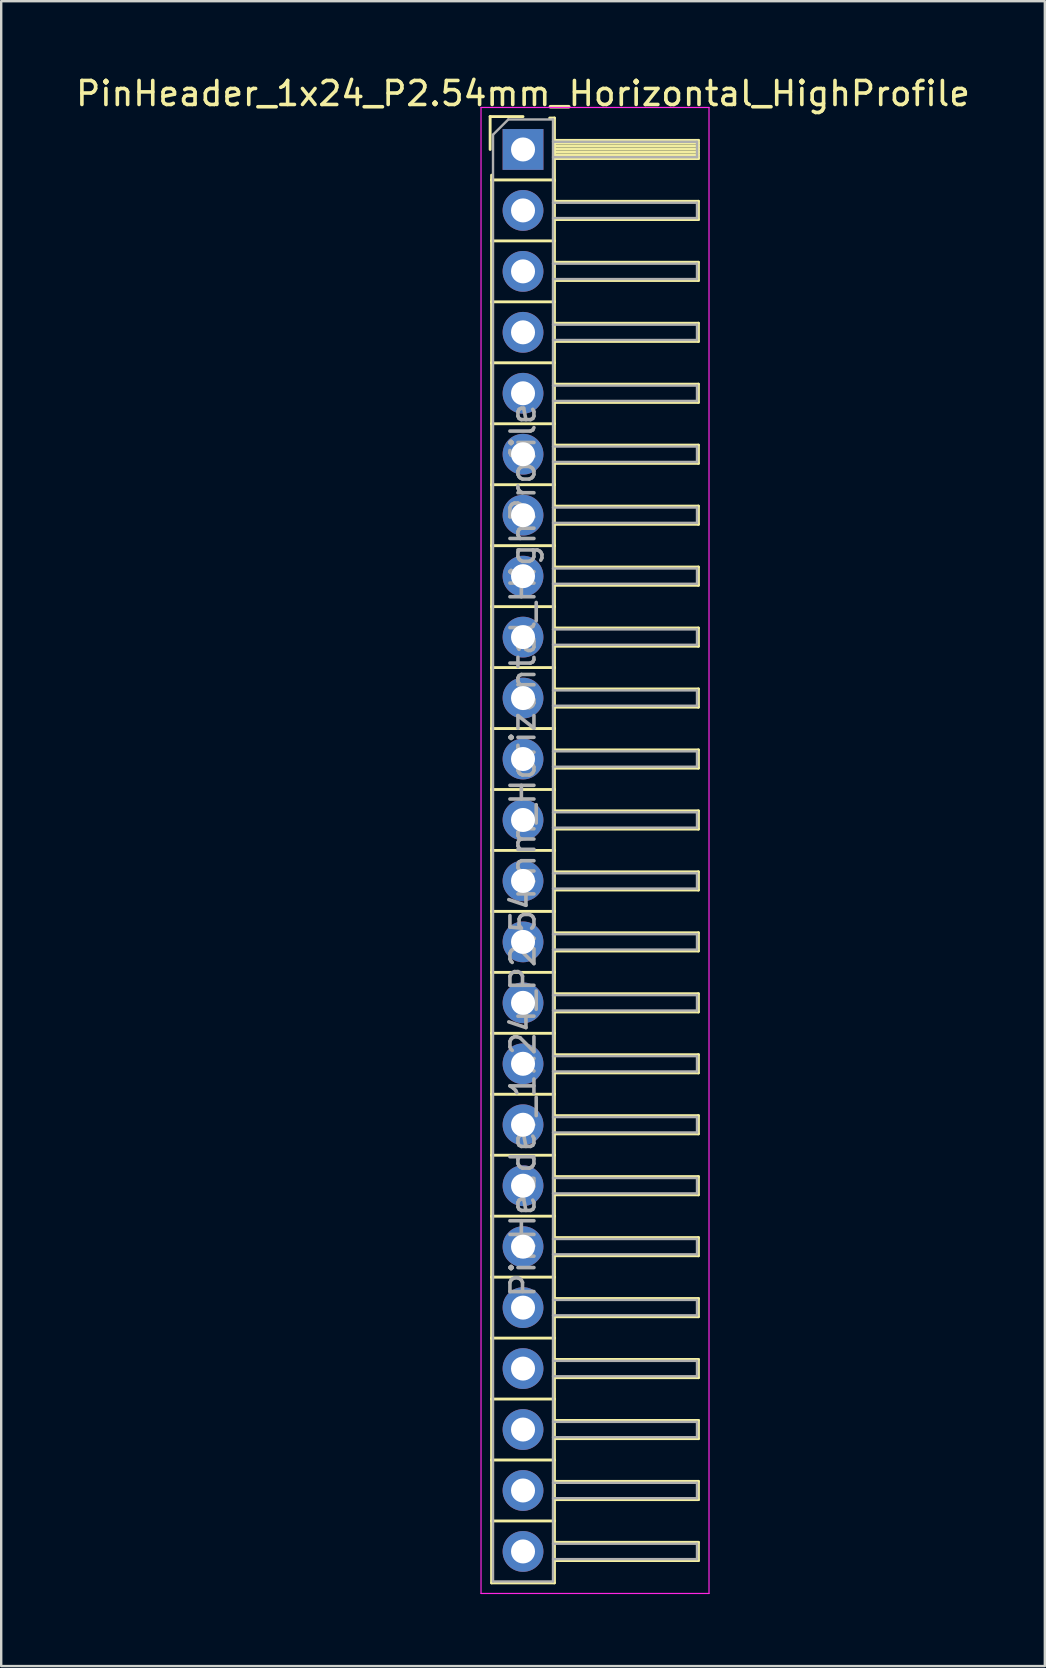
<source format=kicad_pcb>
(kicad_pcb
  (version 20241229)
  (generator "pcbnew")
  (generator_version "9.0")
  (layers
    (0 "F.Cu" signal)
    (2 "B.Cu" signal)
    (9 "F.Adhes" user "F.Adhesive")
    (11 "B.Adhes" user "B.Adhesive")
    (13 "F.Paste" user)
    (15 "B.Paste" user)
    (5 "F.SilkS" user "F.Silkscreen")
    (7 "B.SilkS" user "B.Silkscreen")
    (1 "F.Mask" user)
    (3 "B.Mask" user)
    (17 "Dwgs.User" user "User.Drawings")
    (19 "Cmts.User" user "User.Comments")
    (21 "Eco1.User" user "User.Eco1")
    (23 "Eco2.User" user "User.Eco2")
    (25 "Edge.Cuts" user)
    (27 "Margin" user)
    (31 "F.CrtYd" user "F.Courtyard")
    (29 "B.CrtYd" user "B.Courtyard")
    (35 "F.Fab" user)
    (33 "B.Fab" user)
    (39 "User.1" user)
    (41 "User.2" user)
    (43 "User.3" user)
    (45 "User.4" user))
  (footprint "PinHeader_1x24_P2.54mm_Horizontal_HighProfile"
    (layer "F.Cu")
    (at 18.744 3.178)
    (property "Reference" "PinHeader_1x24_P2.54mm_Horizontal_HighProfile" (at 0 -2.33 0) (layer "F.SilkS") (effects (font (size 1 1) (thickness 0.15))))
    (attr through_hole)
    (fp_line (start -1.37 -1.37) (end -1.37 0) (stroke (width 0.12) (type solid)) (layer "F.SilkS"))
    (fp_line (start -1.37 -1.37) (end 0 -1.37) (stroke (width 0.12) (type solid)) (layer "F.SilkS"))
    (fp_line (start -1.31 1.27) (end -1.31 1.07) (stroke (width 0.12) (type solid)) (layer "F.SilkS"))
    (fp_line (start -1.31 1.27) (end -1.31 3.81) (stroke (width 0.12) (type solid)) (layer "F.SilkS"))
    (fp_line (start -1.31 1.27) (end 1.31 1.27) (stroke (width 0.12) (type solid)) (layer "F.SilkS"))
    (fp_line (start -1.31 3.81) (end -1.31 6.35) (stroke (width 0.12) (type solid)) (layer "F.SilkS"))
    (fp_line (start -1.31 3.81) (end 1.31 3.81) (stroke (width 0.12) (type solid)) (layer "F.SilkS"))
    (fp_line (start -1.31 6.35) (end -1.31 8.89) (stroke (width 0.12) (type solid)) (layer "F.SilkS"))
    (fp_line (start -1.31 6.35) (end 1.31 6.35) (stroke (width 0.12) (type solid)) (layer "F.SilkS"))
    (fp_line (start -1.31 8.89) (end -1.31 11.43) (stroke (width 0.12) (type solid)) (layer "F.SilkS"))
    (fp_line (start -1.31 8.89) (end 1.31 8.89) (stroke (width 0.12) (type solid)) (layer "F.SilkS"))
    (fp_line (start -1.31 11.43) (end -1.31 13.97) (stroke (width 0.12) (type solid)) (layer "F.SilkS"))
    (fp_line (start -1.31 11.43) (end 1.31 11.43) (stroke (width 0.12) (type solid)) (layer "F.SilkS"))
    (fp_line (start -1.31 13.97) (end -1.31 16.51) (stroke (width 0.12) (type solid)) (layer "F.SilkS"))
    (fp_line (start -1.31 13.97) (end 1.31 13.97) (stroke (width 0.12) (type solid)) (layer "F.SilkS"))
    (fp_line (start -1.31 16.51) (end -1.31 19.05) (stroke (width 0.12) (type solid)) (layer "F.SilkS"))
    (fp_line (start -1.31 16.51) (end 1.31 16.51) (stroke (width 0.12) (type solid)) (layer "F.SilkS"))
    (fp_line (start -1.31 19.05) (end -1.31 21.59) (stroke (width 0.12) (type solid)) (layer "F.SilkS"))
    (fp_line (start -1.31 19.05) (end 1.31 19.05) (stroke (width 0.12) (type solid)) (layer "F.SilkS"))
    (fp_line (start -1.31 21.59) (end -1.31 24.13) (stroke (width 0.12) (type solid)) (layer "F.SilkS"))
    (fp_line (start -1.31 21.59) (end 1.31 21.59) (stroke (width 0.12) (type solid)) (layer "F.SilkS"))
    (fp_line (start -1.31 24.13) (end -1.31 26.67) (stroke (width 0.12) (type solid)) (layer "F.SilkS"))
    (fp_line (start -1.31 24.13) (end 1.31 24.13) (stroke (width 0.12) (type solid)) (layer "F.SilkS"))
    (fp_line (start -1.31 26.67) (end -1.31 29.21) (stroke (width 0.12) (type solid)) (layer "F.SilkS"))
    (fp_line (start -1.31 26.67) (end 1.31 26.67) (stroke (width 0.12) (type solid)) (layer "F.SilkS"))
    (fp_line (start -1.31 29.21) (end -1.31 31.75) (stroke (width 0.12) (type solid)) (layer "F.SilkS"))
    (fp_line (start -1.31 29.21) (end 1.31 29.21) (stroke (width 0.12) (type solid)) (layer "F.SilkS"))
    (fp_line (start -1.31 31.75) (end -1.31 34.29) (stroke (width 0.12) (type solid)) (layer "F.SilkS"))
    (fp_line (start -1.31 31.75) (end 1.31 31.75) (stroke (width 0.12) (type solid)) (layer "F.SilkS"))
    (fp_line (start -1.31 34.29) (end -1.31 36.83) (stroke (width 0.12) (type solid)) (layer "F.SilkS"))
    (fp_line (start -1.31 34.29) (end 1.31 34.29) (stroke (width 0.12) (type solid)) (layer "F.SilkS"))
    (fp_line (start -1.31 36.83) (end -1.31 39.37) (stroke (width 0.12) (type solid)) (layer "F.SilkS"))
    (fp_line (start -1.31 36.83) (end 1.31 36.83) (stroke (width 0.12) (type solid)) (layer "F.SilkS"))
    (fp_line (start -1.31 39.37) (end -1.31 41.91) (stroke (width 0.12) (type solid)) (layer "F.SilkS"))
    (fp_line (start -1.31 39.37) (end 1.31 39.37) (stroke (width 0.12) (type solid)) (layer "F.SilkS"))
    (fp_line (start -1.31 41.91) (end -1.31 44.45) (stroke (width 0.12) (type solid)) (layer "F.SilkS"))
    (fp_line (start -1.31 41.91) (end 1.31 41.91) (stroke (width 0.12) (type solid)) (layer "F.SilkS"))
    (fp_line (start -1.31 44.45) (end -1.31 46.99) (stroke (width 0.12) (type solid)) (layer "F.SilkS"))
    (fp_line (start -1.31 44.45) (end 1.31 44.45) (stroke (width 0.12) (type solid)) (layer "F.SilkS"))
    (fp_line (start -1.31 46.99) (end -1.31 49.53) (stroke (width 0.12) (type solid)) (layer "F.SilkS"))
    (fp_line (start -1.31 46.99) (end 1.31 46.99) (stroke (width 0.12) (type solid)) (layer "F.SilkS"))
    (fp_line (start -1.31 49.53) (end -1.31 52.07) (stroke (width 0.12) (type solid)) (layer "F.SilkS"))
    (fp_line (start -1.31 49.53) (end 1.31 49.53) (stroke (width 0.12) (type solid)) (layer "F.SilkS"))
    (fp_line (start -1.31 52.07) (end -1.31 54.61) (stroke (width 0.12) (type solid)) (layer "F.SilkS"))
    (fp_line (start -1.31 52.07) (end 1.31 52.07) (stroke (width 0.12) (type solid)) (layer "F.SilkS"))
    (fp_line (start -1.31 54.61) (end -1.31 57.15) (stroke (width 0.12) (type solid)) (layer "F.SilkS"))
    (fp_line (start -1.31 54.61) (end 1.31 54.61) (stroke (width 0.12) (type solid)) (layer "F.SilkS"))
    (fp_line (start -1.31 57.15) (end -1.31 59.73) (stroke (width 0.12) (type solid)) (layer "F.SilkS"))
    (fp_line (start -1.31 57.15) (end 1.31 57.15) (stroke (width 0.12) (type solid)) (layer "F.SilkS"))
    (fp_line (start -1.31 59.73) (end 1.31 59.73) (stroke (width 0.12) (type solid)) (layer "F.SilkS"))
    (fp_line (start 1.11 -1.31) (end 1.31 -1.31) (stroke (width 0.12) (type solid)) (layer "F.SilkS"))
    (fp_line (start 1.31 -1.31) (end 1.31 1.31) (stroke (width 0.12) (type solid)) (layer "F.SilkS"))
    (fp_line (start 1.31 -0.38) (end 7.31 -0.38) (stroke (width 0.12) (type solid)) (layer "F.SilkS"))
    (fp_line (start 1.31 -0.26) (end 7.31 -0.26) (stroke (width 0.12) (type solid)) (layer "F.SilkS"))
    (fp_line (start 1.31 -0.14) (end 7.31 -0.14) (stroke (width 0.12) (type solid)) (layer "F.SilkS"))
    (fp_line (start 1.31 -0.02) (end 7.31 -0.02) (stroke (width 0.12) (type solid)) (layer "F.SilkS"))
    (fp_line (start 1.31 0.1) (end 7.31 0.1) (stroke (width 0.12) (type solid)) (layer "F.SilkS"))
    (fp_line (start 1.31 0.22) (end 7.31 0.22) (stroke (width 0.12) (type solid)) (layer "F.SilkS"))
    (fp_line (start 1.31 0.34) (end 7.31 0.34) (stroke (width 0.12) (type solid)) (layer "F.SilkS"))
    (fp_line (start 1.31 0.38) (end 7.31 0.38) (stroke (width 0.12) (type solid)) (layer "F.SilkS"))
    (fp_line (start 1.31 1.27) (end 1.31 3.81) (stroke (width 0.12) (type solid)) (layer "F.SilkS"))
    (fp_line (start 1.31 2.16) (end 7.31 2.16) (stroke (width 0.12) (type solid)) (layer "F.SilkS"))
    (fp_line (start 1.31 2.92) (end 7.31 2.92) (stroke (width 0.12) (type solid)) (layer "F.SilkS"))
    (fp_line (start 1.31 3.81) (end 1.31 6.35) (stroke (width 0.12) (type solid)) (layer "F.SilkS"))
    (fp_line (start 1.31 4.7) (end 7.31 4.7) (stroke (width 0.12) (type solid)) (layer "F.SilkS"))
    (fp_line (start 1.31 5.46) (end 7.31 5.46) (stroke (width 0.12) (type solid)) (layer "F.SilkS"))
    (fp_line (start 1.31 6.35) (end 1.31 8.89) (stroke (width 0.12) (type solid)) (layer "F.SilkS"))
    (fp_line (start 1.31 7.24) (end 7.31 7.24) (stroke (width 0.12) (type solid)) (layer "F.SilkS"))
    (fp_line (start 1.31 8) (end 7.31 8) (stroke (width 0.12) (type solid)) (layer "F.SilkS"))
    (fp_line (start 1.31 8.89) (end 1.31 11.43) (stroke (width 0.12) (type solid)) (layer "F.SilkS"))
    (fp_line (start 1.31 9.78) (end 7.31 9.78) (stroke (width 0.12) (type solid)) (layer "F.SilkS"))
    (fp_line (start 1.31 10.54) (end 7.31 10.54) (stroke (width 0.12) (type solid)) (layer "F.SilkS"))
    (fp_line (start 1.31 11.43) (end 1.31 13.97) (stroke (width 0.12) (type solid)) (layer "F.SilkS"))
    (fp_line (start 1.31 12.32) (end 7.31 12.32) (stroke (width 0.12) (type solid)) (layer "F.SilkS"))
    (fp_line (start 1.31 13.08) (end 7.31 13.08) (stroke (width 0.12) (type solid)) (layer "F.SilkS"))
    (fp_line (start 1.31 13.97) (end 1.31 16.51) (stroke (width 0.12) (type solid)) (layer "F.SilkS"))
    (fp_line (start 1.31 14.86) (end 7.31 14.86) (stroke (width 0.12) (type solid)) (layer "F.SilkS"))
    (fp_line (start 1.31 15.62) (end 7.31 15.62) (stroke (width 0.12) (type solid)) (layer "F.SilkS"))
    (fp_line (start 1.31 16.51) (end 1.31 19.05) (stroke (width 0.12) (type solid)) (layer "F.SilkS"))
    (fp_line (start 1.31 17.4) (end 7.31 17.4) (stroke (width 0.12) (type solid)) (layer "F.SilkS"))
    (fp_line (start 1.31 18.16) (end 7.31 18.16) (stroke (width 0.12) (type solid)) (layer "F.SilkS"))
    (fp_line (start 1.31 19.05) (end 1.31 21.59) (stroke (width 0.12) (type solid)) (layer "F.SilkS"))
    (fp_line (start 1.31 19.94) (end 7.31 19.94) (stroke (width 0.12) (type solid)) (layer "F.SilkS"))
    (fp_line (start 1.31 20.7) (end 7.31 20.7) (stroke (width 0.12) (type solid)) (layer "F.SilkS"))
    (fp_line (start 1.31 21.59) (end 1.31 24.13) (stroke (width 0.12) (type solid)) (layer "F.SilkS"))
    (fp_line (start 1.31 22.48) (end 7.31 22.48) (stroke (width 0.12) (type solid)) (layer "F.SilkS"))
    (fp_line (start 1.31 23.24) (end 7.31 23.24) (stroke (width 0.12) (type solid)) (layer "F.SilkS"))
    (fp_line (start 1.31 24.13) (end 1.31 26.67) (stroke (width 0.12) (type solid)) (layer "F.SilkS"))
    (fp_line (start 1.31 25.02) (end 7.31 25.02) (stroke (width 0.12) (type solid)) (layer "F.SilkS"))
    (fp_line (start 1.31 25.78) (end 7.31 25.78) (stroke (width 0.12) (type solid)) (layer "F.SilkS"))
    (fp_line (start 1.31 26.67) (end 1.31 29.21) (stroke (width 0.12) (type solid)) (layer "F.SilkS"))
    (fp_line (start 1.31 27.56) (end 7.31 27.56) (stroke (width 0.12) (type solid)) (layer "F.SilkS"))
    (fp_line (start 1.31 28.32) (end 7.31 28.32) (stroke (width 0.12) (type solid)) (layer "F.SilkS"))
    (fp_line (start 1.31 29.21) (end 1.31 31.75) (stroke (width 0.12) (type solid)) (layer "F.SilkS"))
    (fp_line (start 1.31 30.1) (end 7.31 30.1) (stroke (width 0.12) (type solid)) (layer "F.SilkS"))
    (fp_line (start 1.31 30.86) (end 7.31 30.86) (stroke (width 0.12) (type solid)) (layer "F.SilkS"))
    (fp_line (start 1.31 31.75) (end 1.31 34.29) (stroke (width 0.12) (type solid)) (layer "F.SilkS"))
    (fp_line (start 1.31 32.64) (end 7.31 32.64) (stroke (width 0.12) (type solid)) (layer "F.SilkS"))
    (fp_line (start 1.31 33.4) (end 7.31 33.4) (stroke (width 0.12) (type solid)) (layer "F.SilkS"))
    (fp_line (start 1.31 34.29) (end 1.31 36.83) (stroke (width 0.12) (type solid)) (layer "F.SilkS"))
    (fp_line (start 1.31 35.18) (end 7.31 35.18) (stroke (width 0.12) (type solid)) (layer "F.SilkS"))
    (fp_line (start 1.31 35.94) (end 7.31 35.94) (stroke (width 0.12) (type solid)) (layer "F.SilkS"))
    (fp_line (start 1.31 36.83) (end 1.31 39.37) (stroke (width 0.12) (type solid)) (layer "F.SilkS"))
    (fp_line (start 1.31 37.72) (end 7.31 37.72) (stroke (width 0.12) (type solid)) (layer "F.SilkS"))
    (fp_line (start 1.31 38.48) (end 7.31 38.48) (stroke (width 0.12) (type solid)) (layer "F.SilkS"))
    (fp_line (start 1.31 39.37) (end 1.31 41.91) (stroke (width 0.12) (type solid)) (layer "F.SilkS"))
    (fp_line (start 1.31 40.26) (end 7.31 40.26) (stroke (width 0.12) (type solid)) (layer "F.SilkS"))
    (fp_line (start 1.31 41.02) (end 7.31 41.02) (stroke (width 0.12) (type solid)) (layer "F.SilkS"))
    (fp_line (start 1.31 41.91) (end 1.31 44.45) (stroke (width 0.12) (type solid)) (layer "F.SilkS"))
    (fp_line (start 1.31 42.8) (end 7.31 42.8) (stroke (width 0.12) (type solid)) (layer "F.SilkS"))
    (fp_line (start 1.31 43.56) (end 7.31 43.56) (stroke (width 0.12) (type solid)) (layer "F.SilkS"))
    (fp_line (start 1.31 44.45) (end 1.31 46.99) (stroke (width 0.12) (type solid)) (layer "F.SilkS"))
    (fp_line (start 1.31 45.34) (end 7.31 45.34) (stroke (width 0.12) (type solid)) (layer "F.SilkS"))
    (fp_line (start 1.31 46.1) (end 7.31 46.1) (stroke (width 0.12) (type solid)) (layer "F.SilkS"))
    (fp_line (start 1.31 46.99) (end 1.31 49.53) (stroke (width 0.12) (type solid)) (layer "F.SilkS"))
    (fp_line (start 1.31 47.88) (end 7.31 47.88) (stroke (width 0.12) (type solid)) (layer "F.SilkS"))
    (fp_line (start 1.31 48.64) (end 7.31 48.64) (stroke (width 0.12) (type solid)) (layer "F.SilkS"))
    (fp_line (start 1.31 49.53) (end 1.31 52.07) (stroke (width 0.12) (type solid)) (layer "F.SilkS"))
    (fp_line (start 1.31 50.42) (end 7.31 50.42) (stroke (width 0.12) (type solid)) (layer "F.SilkS"))
    (fp_line (start 1.31 51.18) (end 7.31 51.18) (stroke (width 0.12) (type solid)) (layer "F.SilkS"))
    (fp_line (start 1.31 52.07) (end 1.31 54.61) (stroke (width 0.12) (type solid)) (layer "F.SilkS"))
    (fp_line (start 1.31 52.96) (end 7.31 52.96) (stroke (width 0.12) (type solid)) (layer "F.SilkS"))
    (fp_line (start 1.31 53.72) (end 7.31 53.72) (stroke (width 0.12) (type solid)) (layer "F.SilkS"))
    (fp_line (start 1.31 54.61) (end 1.31 57.15) (stroke (width 0.12) (type solid)) (layer "F.SilkS"))
    (fp_line (start 1.31 55.5) (end 7.31 55.5) (stroke (width 0.12) (type solid)) (layer "F.SilkS"))
    (fp_line (start 1.31 56.26) (end 7.31 56.26) (stroke (width 0.12) (type solid)) (layer "F.SilkS"))
    (fp_line (start 1.31 57.15) (end 1.31 59.73) (stroke (width 0.12) (type solid)) (layer "F.SilkS"))
    (fp_line (start 1.31 58.04) (end 7.31 58.04) (stroke (width 0.12) (type solid)) (layer "F.SilkS"))
    (fp_line (start 1.31 58.8) (end 7.31 58.8) (stroke (width 0.12) (type solid)) (layer "F.SilkS"))
    (fp_line (start 7.31 -0.38) (end 7.31 0.38) (stroke (width 0.12) (type solid)) (layer "F.SilkS"))
    (fp_line (start 7.31 2.16) (end 7.31 2.92) (stroke (width 0.12) (type solid)) (layer "F.SilkS"))
    (fp_line (start 7.31 4.7) (end 7.31 5.46) (stroke (width 0.12) (type solid)) (layer "F.SilkS"))
    (fp_line (start 7.31 7.24) (end 7.31 8) (stroke (width 0.12) (type solid)) (layer "F.SilkS"))
    (fp_line (start 7.31 9.78) (end 7.31 10.54) (stroke (width 0.12) (type solid)) (layer "F.SilkS"))
    (fp_line (start 7.31 12.32) (end 7.31 13.08) (stroke (width 0.12) (type solid)) (layer "F.SilkS"))
    (fp_line (start 7.31 14.86) (end 7.31 15.62) (stroke (width 0.12) (type solid)) (layer "F.SilkS"))
    (fp_line (start 7.31 17.4) (end 7.31 18.16) (stroke (width 0.12) (type solid)) (layer "F.SilkS"))
    (fp_line (start 7.31 19.94) (end 7.31 20.7) (stroke (width 0.12) (type solid)) (layer "F.SilkS"))
    (fp_line (start 7.31 22.48) (end 7.31 23.24) (stroke (width 0.12) (type solid)) (layer "F.SilkS"))
    (fp_line (start 7.31 25.02) (end 7.31 25.78) (stroke (width 0.12) (type solid)) (layer "F.SilkS"))
    (fp_line (start 7.31 27.56) (end 7.31 28.32) (stroke (width 0.12) (type solid)) (layer "F.SilkS"))
    (fp_line (start 7.31 30.1) (end 7.31 30.86) (stroke (width 0.12) (type solid)) (layer "F.SilkS"))
    (fp_line (start 7.31 32.64) (end 7.31 33.4) (stroke (width 0.12) (type solid)) (layer "F.SilkS"))
    (fp_line (start 7.31 35.18) (end 7.31 35.94) (stroke (width 0.12) (type solid)) (layer "F.SilkS"))
    (fp_line (start 7.31 37.72) (end 7.31 38.48) (stroke (width 0.12) (type solid)) (layer "F.SilkS"))
    (fp_line (start 7.31 40.26) (end 7.31 41.02) (stroke (width 0.12) (type solid)) (layer "F.SilkS"))
    (fp_line (start 7.31 42.8) (end 7.31 43.56) (stroke (width 0.12) (type solid)) (layer "F.SilkS"))
    (fp_line (start 7.31 45.34) (end 7.31 46.1) (stroke (width 0.12) (type solid)) (layer "F.SilkS"))
    (fp_line (start 7.31 47.88) (end 7.31 48.64) (stroke (width 0.12) (type solid)) (layer "F.SilkS"))
    (fp_line (start 7.31 50.42) (end 7.31 51.18) (stroke (width 0.12) (type solid)) (layer "F.SilkS"))
    (fp_line (start 7.31 52.96) (end 7.31 53.72) (stroke (width 0.12) (type solid)) (layer "F.SilkS"))
    (fp_line (start 7.31 55.5) (end 7.31 56.26) (stroke (width 0.12) (type solid)) (layer "F.SilkS"))
    (fp_line (start 7.31 58.04) (end 7.31 58.8) (stroke (width 0.12) (type solid)) (layer "F.SilkS"))
    (fp_line (start -1.75 -1.75) (end -1.75 60.17) (stroke (width 0.05) (type solid)) (layer "F.CrtYd"))
    (fp_line (start -1.75 -1.75) (end 7.75 -1.75) (stroke (width 0.05) (type solid)) (layer "F.CrtYd"))
    (fp_line (start -1.75 60.17) (end 7.75 60.17) (stroke (width 0.05) (type solid)) (layer "F.CrtYd"))
    (fp_line (start 7.75 -1.75) (end 7.75 60.17) (stroke (width 0.05) (type solid)) (layer "F.CrtYd"))
    (fp_line (start -1.25 -0.615) (end -1.25 59.67) (stroke (width 0.1) (type solid)) (layer "F.Fab"))
    (fp_line (start -1.25 -0.615) (end -0.615 -1.25) (stroke (width 0.1) (type solid)) (layer "F.Fab"))
    (fp_line (start -1.25 59.67) (end 1.25 59.67) (stroke (width 0.1) (type solid)) (layer "F.Fab"))
    (fp_line (start -0.615 -1.25) (end 1.25 -1.25) (stroke (width 0.1) (type solid)) (layer "F.Fab"))
    (fp_line (start 1.25 -1.25) (end 1.25 59.67) (stroke (width 0.1) (type solid)) (layer "F.Fab"))
    (fp_line (start 1.25 -0.32) (end 7.25 -0.32) (stroke (width 0.1) (type solid)) (layer "F.Fab"))
    (fp_line (start 1.25 0.32) (end 7.25 0.32) (stroke (width 0.1) (type solid)) (layer "F.Fab"))
    (fp_line (start 1.25 2.22) (end 7.25 2.22) (stroke (width 0.1) (type solid)) (layer "F.Fab"))
    (fp_line (start 1.25 2.86) (end 7.25 2.86) (stroke (width 0.1) (type solid)) (layer "F.Fab"))
    (fp_line (start 1.25 4.76) (end 7.25 4.76) (stroke (width 0.1) (type solid)) (layer "F.Fab"))
    (fp_line (start 1.25 5.4) (end 7.25 5.4) (stroke (width 0.1) (type solid)) (layer "F.Fab"))
    (fp_line (start 1.25 7.3) (end 7.25 7.3) (stroke (width 0.1) (type solid)) (layer "F.Fab"))
    (fp_line (start 1.25 7.94) (end 7.25 7.94) (stroke (width 0.1) (type solid)) (layer "F.Fab"))
    (fp_line (start 1.25 9.84) (end 7.25 9.84) (stroke (width 0.1) (type solid)) (layer "F.Fab"))
    (fp_line (start 1.25 10.48) (end 7.25 10.48) (stroke (width 0.1) (type solid)) (layer "F.Fab"))
    (fp_line (start 1.25 12.38) (end 7.25 12.38) (stroke (width 0.1) (type solid)) (layer "F.Fab"))
    (fp_line (start 1.25 13.02) (end 7.25 13.02) (stroke (width 0.1) (type solid)) (layer "F.Fab"))
    (fp_line (start 1.25 14.92) (end 7.25 14.92) (stroke (width 0.1) (type solid)) (layer "F.Fab"))
    (fp_line (start 1.25 15.56) (end 7.25 15.56) (stroke (width 0.1) (type solid)) (layer "F.Fab"))
    (fp_line (start 1.25 17.46) (end 7.25 17.46) (stroke (width 0.1) (type solid)) (layer "F.Fab"))
    (fp_line (start 1.25 18.1) (end 7.25 18.1) (stroke (width 0.1) (type solid)) (layer "F.Fab"))
    (fp_line (start 1.25 20) (end 7.25 20) (stroke (width 0.1) (type solid)) (layer "F.Fab"))
    (fp_line (start 1.25 20.64) (end 7.25 20.64) (stroke (width 0.1) (type solid)) (layer "F.Fab"))
    (fp_line (start 1.25 22.54) (end 7.25 22.54) (stroke (width 0.1) (type solid)) (layer "F.Fab"))
    (fp_line (start 1.25 23.18) (end 7.25 23.18) (stroke (width 0.1) (type solid)) (layer "F.Fab"))
    (fp_line (start 1.25 25.08) (end 7.25 25.08) (stroke (width 0.1) (type solid)) (layer "F.Fab"))
    (fp_line (start 1.25 25.72) (end 7.25 25.72) (stroke (width 0.1) (type solid)) (layer "F.Fab"))
    (fp_line (start 1.25 27.62) (end 7.25 27.62) (stroke (width 0.1) (type solid)) (layer "F.Fab"))
    (fp_line (start 1.25 28.26) (end 7.25 28.26) (stroke (width 0.1) (type solid)) (layer "F.Fab"))
    (fp_line (start 1.25 30.16) (end 7.25 30.16) (stroke (width 0.1) (type solid)) (layer "F.Fab"))
    (fp_line (start 1.25 30.8) (end 7.25 30.8) (stroke (width 0.1) (type solid)) (layer "F.Fab"))
    (fp_line (start 1.25 32.7) (end 7.25 32.7) (stroke (width 0.1) (type solid)) (layer "F.Fab"))
    (fp_line (start 1.25 33.34) (end 7.25 33.34) (stroke (width 0.1) (type solid)) (layer "F.Fab"))
    (fp_line (start 1.25 35.24) (end 7.25 35.24) (stroke (width 0.1) (type solid)) (layer "F.Fab"))
    (fp_line (start 1.25 35.88) (end 7.25 35.88) (stroke (width 0.1) (type solid)) (layer "F.Fab"))
    (fp_line (start 1.25 37.78) (end 7.25 37.78) (stroke (width 0.1) (type solid)) (layer "F.Fab"))
    (fp_line (start 1.25 38.42) (end 7.25 38.42) (stroke (width 0.1) (type solid)) (layer "F.Fab"))
    (fp_line (start 1.25 40.32) (end 7.25 40.32) (stroke (width 0.1) (type solid)) (layer "F.Fab"))
    (fp_line (start 1.25 40.96) (end 7.25 40.96) (stroke (width 0.1) (type solid)) (layer "F.Fab"))
    (fp_line (start 1.25 42.86) (end 7.25 42.86) (stroke (width 0.1) (type solid)) (layer "F.Fab"))
    (fp_line (start 1.25 43.5) (end 7.25 43.5) (stroke (width 0.1) (type solid)) (layer "F.Fab"))
    (fp_line (start 1.25 45.4) (end 7.25 45.4) (stroke (width 0.1) (type solid)) (layer "F.Fab"))
    (fp_line (start 1.25 46.04) (end 7.25 46.04) (stroke (width 0.1) (type solid)) (layer "F.Fab"))
    (fp_line (start 1.25 47.94) (end 7.25 47.94) (stroke (width 0.1) (type solid)) (layer "F.Fab"))
    (fp_line (start 1.25 48.58) (end 7.25 48.58) (stroke (width 0.1) (type solid)) (layer "F.Fab"))
    (fp_line (start 1.25 50.48) (end 7.25 50.48) (stroke (width 0.1) (type solid)) (layer "F.Fab"))
    (fp_line (start 1.25 51.12) (end 7.25 51.12) (stroke (width 0.1) (type solid)) (layer "F.Fab"))
    (fp_line (start 1.25 53.02) (end 7.25 53.02) (stroke (width 0.1) (type solid)) (layer "F.Fab"))
    (fp_line (start 1.25 53.66) (end 7.25 53.66) (stroke (width 0.1) (type solid)) (layer "F.Fab"))
    (fp_line (start 1.25 55.56) (end 7.25 55.56) (stroke (width 0.1) (type solid)) (layer "F.Fab"))
    (fp_line (start 1.25 56.2) (end 7.25 56.2) (stroke (width 0.1) (type solid)) (layer "F.Fab"))
    (fp_line (start 1.25 58.1) (end 7.25 58.1) (stroke (width 0.1) (type solid)) (layer "F.Fab"))
    (fp_line (start 1.25 58.74) (end 7.25 58.74) (stroke (width 0.1) (type solid)) (layer "F.Fab"))
    (fp_line (start 7.25 -0.32) (end 7.25 0.32) (stroke (width 0.1) (type solid)) (layer "F.Fab"))
    (fp_line (start 7.25 2.22) (end 7.25 2.86) (stroke (width 0.1) (type solid)) (layer "F.Fab"))
    (fp_line (start 7.25 4.76) (end 7.25 5.4) (stroke (width 0.1) (type solid)) (layer "F.Fab"))
    (fp_line (start 7.25 7.3) (end 7.25 7.94) (stroke (width 0.1) (type solid)) (layer "F.Fab"))
    (fp_line (start 7.25 9.84) (end 7.25 10.48) (stroke (width 0.1) (type solid)) (layer "F.Fab"))
    (fp_line (start 7.25 12.38) (end 7.25 13.02) (stroke (width 0.1) (type solid)) (layer "F.Fab"))
    (fp_line (start 7.25 14.92) (end 7.25 15.56) (stroke (width 0.1) (type solid)) (layer "F.Fab"))
    (fp_line (start 7.25 17.46) (end 7.25 18.1) (stroke (width 0.1) (type solid)) (layer "F.Fab"))
    (fp_line (start 7.25 20) (end 7.25 20.64) (stroke (width 0.1) (type solid)) (layer "F.Fab"))
    (fp_line (start 7.25 22.54) (end 7.25 23.18) (stroke (width 0.1) (type solid)) (layer "F.Fab"))
    (fp_line (start 7.25 25.08) (end 7.25 25.72) (stroke (width 0.1) (type solid)) (layer "F.Fab"))
    (fp_line (start 7.25 27.62) (end 7.25 28.26) (stroke (width 0.1) (type solid)) (layer "F.Fab"))
    (fp_line (start 7.25 30.16) (end 7.25 30.8) (stroke (width 0.1) (type solid)) (layer "F.Fab"))
    (fp_line (start 7.25 32.7) (end 7.25 33.34) (stroke (width 0.1) (type solid)) (layer "F.Fab"))
    (fp_line (start 7.25 35.24) (end 7.25 35.88) (stroke (width 0.1) (type solid)) (layer "F.Fab"))
    (fp_line (start 7.25 37.78) (end 7.25 38.42) (stroke (width 0.1) (type solid)) (layer "F.Fab"))
    (fp_line (start 7.25 40.32) (end 7.25 40.96) (stroke (width 0.1) (type solid)) (layer "F.Fab"))
    (fp_line (start 7.25 42.86) (end 7.25 43.5) (stroke (width 0.1) (type solid)) (layer "F.Fab"))
    (fp_line (start 7.25 45.4) (end 7.25 46.04) (stroke (width 0.1) (type solid)) (layer "F.Fab"))
    (fp_line (start 7.25 47.94) (end 7.25 48.58) (stroke (width 0.1) (type solid)) (layer "F.Fab"))
    (fp_line (start 7.25 50.48) (end 7.25 51.12) (stroke (width 0.1) (type solid)) (layer "F.Fab"))
    (fp_line (start 7.25 53.02) (end 7.25 53.66) (stroke (width 0.1) (type solid)) (layer "F.Fab"))
    (fp_line (start 7.25 55.56) (end 7.25 56.2) (stroke (width 0.1) (type solid)) (layer "F.Fab"))
    (fp_line (start 7.25 58.1) (end 7.25 58.74) (stroke (width 0.1) (type solid)) (layer "F.Fab"))
    (fp_text user "${REFERENCE}" (at 0 29.21 90) (layer "F.Fab") (effects (font (size 1 1) (thickness 0.15))))
    (pad "1" thru_hole rect (at 0 0) (size 1.7 1.7) (drill 1) (layers "*.Cu" "*.Mask"))
    (pad "2" thru_hole oval (at 0 2.54) (size 1.7 1.7) (drill 1) (layers "*.Cu" "*.Mask"))
    (pad "3" thru_hole oval (at 0 5.08) (size 1.7 1.7) (drill 1) (layers "*.Cu" "*.Mask"))
    (pad "4" thru_hole oval (at 0 7.62) (size 1.7 1.7) (drill 1) (layers "*.Cu" "*.Mask"))
    (pad "5" thru_hole oval (at 0 10.16) (size 1.7 1.7) (drill 1) (layers "*.Cu" "*.Mask"))
    (pad "6" thru_hole oval (at 0 12.7) (size 1.7 1.7) (drill 1) (layers "*.Cu" "*.Mask"))
    (pad "7" thru_hole oval (at 0 15.24) (size 1.7 1.7) (drill 1) (layers "*.Cu" "*.Mask"))
    (pad "8" thru_hole oval (at 0 17.78) (size 1.7 1.7) (drill 1) (layers "*.Cu" "*.Mask"))
    (pad "9" thru_hole oval (at 0 20.32) (size 1.7 1.7) (drill 1) (layers "*.Cu" "*.Mask"))
    (pad "10" thru_hole oval (at 0 22.86) (size 1.7 1.7) (drill 1) (layers "*.Cu" "*.Mask"))
    (pad "11" thru_hole oval (at 0 25.4) (size 1.7 1.7) (drill 1) (layers "*.Cu" "*.Mask"))
    (pad "12" thru_hole oval (at 0 27.94) (size 1.7 1.7) (drill 1) (layers "*.Cu" "*.Mask"))
    (pad "13" thru_hole oval (at 0 30.48) (size 1.7 1.7) (drill 1) (layers "*.Cu" "*.Mask"))
    (pad "14" thru_hole oval (at 0 33.02) (size 1.7 1.7) (drill 1) (layers "*.Cu" "*.Mask"))
    (pad "15" thru_hole oval (at 0 35.56) (size 1.7 1.7) (drill 1) (layers "*.Cu" "*.Mask"))
    (pad "16" thru_hole oval (at 0 38.1) (size 1.7 1.7) (drill 1) (layers "*.Cu" "*.Mask"))
    (pad "17" thru_hole oval (at 0 40.64) (size 1.7 1.7) (drill 1) (layers "*.Cu" "*.Mask"))
    (pad "18" thru_hole oval (at 0 43.18) (size 1.7 1.7) (drill 1) (layers "*.Cu" "*.Mask"))
    (pad "19" thru_hole oval (at 0 45.72) (size 1.7 1.7) (drill 1) (layers "*.Cu" "*.Mask"))
    (pad "20" thru_hole oval (at 0 48.26) (size 1.7 1.7) (drill 1) (layers "*.Cu" "*.Mask"))
    (pad "21" thru_hole oval (at 0 50.8) (size 1.7 1.7) (drill 1) (layers "*.Cu" "*.Mask"))
    (pad "22" thru_hole oval (at 0 53.34) (size 1.7 1.7) (drill 1) (layers "*.Cu" "*.Mask"))
    (pad "23" thru_hole oval (at 0 55.88) (size 1.7 1.7) (drill 1) (layers "*.Cu" "*.Mask"))
    (pad "24" thru_hole oval (at 0 58.42) (size 1.7 1.7) (drill 1) (layers "*.Cu" "*.Mask")))
  (gr_rect
    (start -3 -3)
    (end 40.488 66.373)
    (stroke (width 0.1) (type default))
    (fill no)
    (layer "Edge.Cuts")))
</source>
